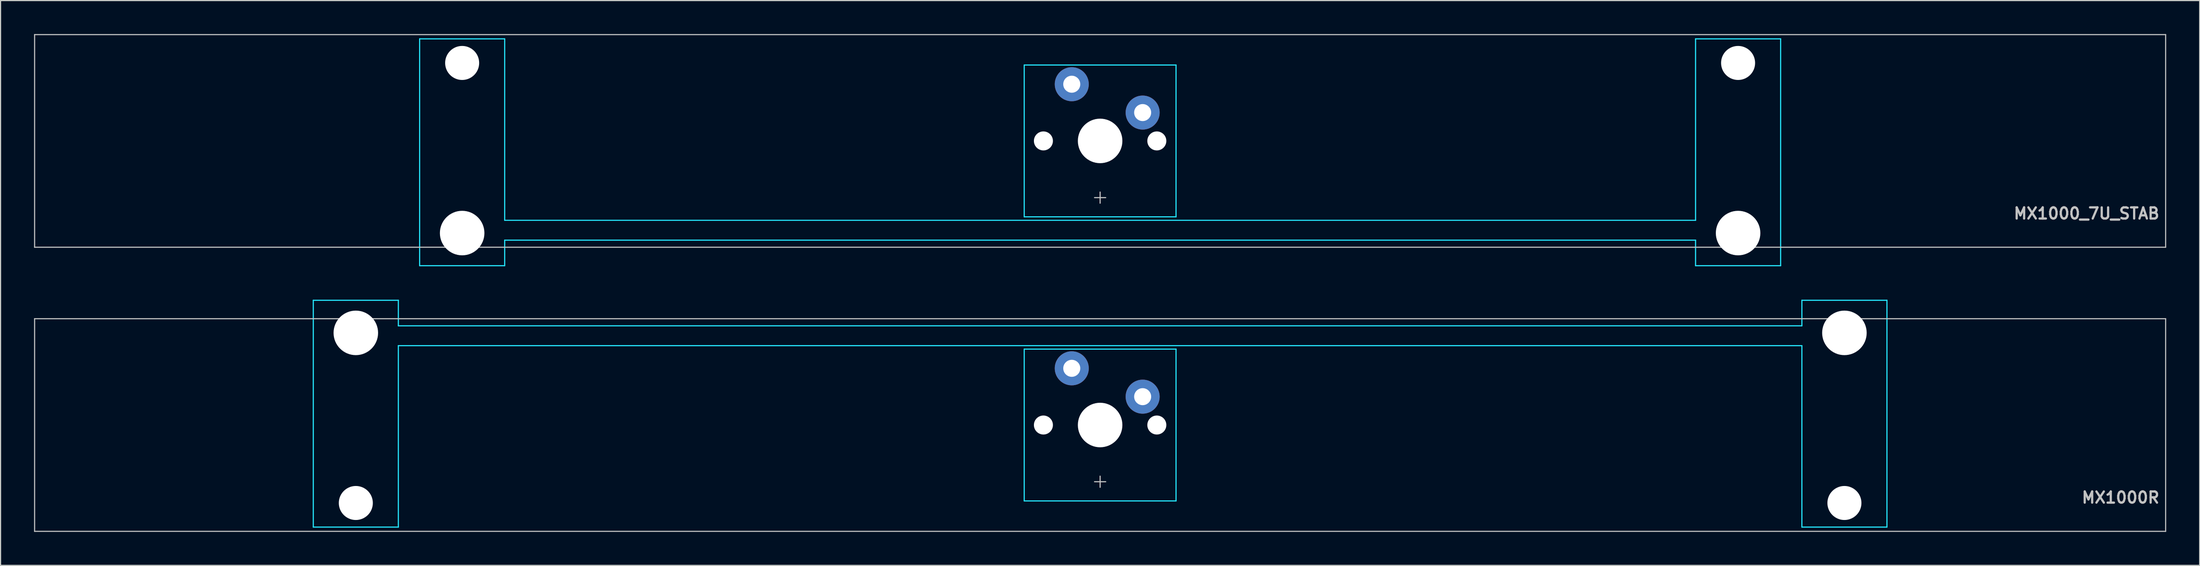
<source format=kicad_pcb>
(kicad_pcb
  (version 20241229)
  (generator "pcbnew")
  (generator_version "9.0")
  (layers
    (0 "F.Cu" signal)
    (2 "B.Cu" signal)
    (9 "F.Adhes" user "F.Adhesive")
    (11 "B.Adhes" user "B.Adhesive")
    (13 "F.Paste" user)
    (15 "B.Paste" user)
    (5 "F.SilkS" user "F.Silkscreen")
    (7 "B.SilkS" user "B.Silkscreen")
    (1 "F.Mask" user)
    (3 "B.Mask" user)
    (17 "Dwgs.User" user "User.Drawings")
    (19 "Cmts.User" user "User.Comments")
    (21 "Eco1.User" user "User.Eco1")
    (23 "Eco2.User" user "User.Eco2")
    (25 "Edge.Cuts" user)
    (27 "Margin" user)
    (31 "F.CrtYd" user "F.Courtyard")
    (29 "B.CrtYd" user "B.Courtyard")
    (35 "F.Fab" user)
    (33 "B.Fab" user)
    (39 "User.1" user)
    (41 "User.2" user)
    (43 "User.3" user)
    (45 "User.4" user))
  (footprint "MX1000_7U_STAB"
    (layer "F.Cu")
    (at 95.5 9.575)
    (property "Reference" "MX1000_7U_STAB" (at 95 6.5 0) (unlocked yes) (layer "Dwgs.User") (effects (font (size 1 1) (thickness 0.2)) (justify right)))
    (attr smd)
    (fp_line (start -95.45 -9.525) (end -95.45 9.525) (stroke (width 0.1) (type solid)) (layer "Dwgs.User"))
    (fp_line (start -95.45 -9.525) (end 95.45 -9.525) (stroke (width 0.1) (type solid)) (layer "Dwgs.User"))
    (fp_line (start -95.45 9.525) (end 95.45 9.525) (stroke (width 0.1) (type solid)) (layer "Dwgs.User"))
    (fp_line (start -0.5 5.08) (end 0.5 5.08) (stroke (width 0.1) (type solid)) (layer "Dwgs.User"))
    (fp_line (start 0 5.58) (end 0 4.58) (stroke (width 0.1) (type solid)) (layer "Dwgs.User"))
    (fp_line (start 95.45 -9.525) (end 95.45 9.525) (stroke (width 0.1) (type solid)) (layer "Dwgs.User"))
    (fp_line (start -60.65 -5.485) (end -60.65 8.515) (stroke (width 0.1) (type solid)) (layer "Eco1.User"))
    (fp_line (start -60.15 -5.985) (end -54.15 -5.985) (stroke (width 0.1) (type solid)) (layer "Eco1.User"))
    (fp_line (start -54.15 9.015) (end -60.15 9.015) (stroke (width 0.1) (type solid)) (layer "Eco1.User"))
    (fp_line (start -53.65 8.515) (end -53.65 -5.485) (stroke (width 0.1) (type solid)) (layer "Eco1.User"))
    (fp_line (start -7 -6.5) (end -7 6.5) (stroke (width 0.1) (type solid)) (layer "Eco1.User"))
    (fp_line (start -6.5 7) (end 6.5 7) (stroke (width 0.1) (type solid)) (layer "Eco1.User"))
    (fp_line (start 6.5 -7) (end -6.5 -7) (stroke (width 0.1) (type solid)) (layer "Eco1.User"))
    (fp_line (start 7 6.5) (end 7 -6.5) (stroke (width 0.1) (type solid)) (layer "Eco1.User"))
    (fp_line (start 53.65 -5.485) (end 53.65 8.515) (stroke (width 0.1) (type solid)) (layer "Eco1.User"))
    (fp_line (start 54.15 -5.985) (end 60.15 -5.985) (stroke (width 0.1) (type solid)) (layer "Eco1.User"))
    (fp_line (start 60.15 9.015) (end 54.15 9.015) (stroke (width 0.1) (type solid)) (layer "Eco1.User"))
    (fp_line (start 60.65 8.515) (end 60.65 -5.485) (stroke (width 0.1) (type solid)) (layer "Eco1.User"))
    (fp_arc (start -60.65 -5.485) (mid -60.503553 -5.838553) (end -60.15 -5.985) (stroke (width 0.1) (type solid)) (layer "Eco1.User"))
    (fp_arc (start -60.15 9.015) (mid -60.503553 8.868553) (end -60.65 8.515) (stroke (width 0.1) (type solid)) (layer "Eco1.User"))
    (fp_arc (start -54.15 -5.985) (mid -53.796447 -5.838553) (end -53.65 -5.485) (stroke (width 0.1) (type solid)) (layer "Eco1.User"))
    (fp_arc (start -53.65 8.515) (mid -53.796447 8.868553) (end -54.15 9.015) (stroke (width 0.1) (type solid)) (layer "Eco1.User"))
    (fp_arc (start -7 -6.5) (mid -6.853553 -6.853553) (end -6.5 -7) (stroke (width 0.1) (type solid)) (layer "Eco1.User"))
    (fp_arc (start -6.5 7) (mid -6.853553 6.853553) (end -7 6.5) (stroke (width 0.1) (type solid)) (layer "Eco1.User"))
    (fp_arc (start 6.5 -7) (mid 6.853553 -6.853553) (end 7 -6.5) (stroke (width 0.1) (type solid)) (layer "Eco1.User"))
    (fp_arc (start 7 6.5) (mid 6.853553 6.853553) (end 6.5 7) (stroke (width 0.1) (type solid)) (layer "Eco1.User"))
    (fp_arc (start 53.65 -5.485) (mid 53.796447 -5.838553) (end 54.15 -5.985) (stroke (width 0.1) (type solid)) (layer "Eco1.User"))
    (fp_arc (start 54.15 9.015) (mid 53.796447 8.868553) (end 53.65 8.515) (stroke (width 0.1) (type solid)) (layer "Eco1.User"))
    (fp_arc (start 60.15 -5.985) (mid 60.503553 -5.838553) (end 60.65 -5.485) (stroke (width 0.1) (type solid)) (layer "Eco1.User"))
    (fp_arc (start 60.65 8.515) (mid 60.503553 8.868553) (end 60.15 9.015) (stroke (width 0.1) (type solid)) (layer "Eco1.User"))
    (fp_line (start -60.96 -9.144) (end -60.96 11.176) (stroke (width 0.1) (type solid)) (layer "B.CrtYd"))
    (fp_line (start -60.96 -9.144) (end -53.34 -9.144) (stroke (width 0.1) (type solid)) (layer "B.CrtYd"))
    (fp_line (start -60.96 11.176) (end -53.34 11.176) (stroke (width 0.1) (type solid)) (layer "B.CrtYd"))
    (fp_line (start -53.34 7.112) (end -53.34 -9.144) (stroke (width 0.1) (type solid)) (layer "B.CrtYd"))
    (fp_line (start -53.34 7.112) (end 53.34 7.112) (stroke (width 0.1) (type solid)) (layer "B.CrtYd"))
    (fp_line (start -53.34 8.89) (end -53.34 11.176) (stroke (width 0.1) (type solid)) (layer "B.CrtYd"))
    (fp_line (start -53.34 8.89) (end 53.34 8.89) (stroke (width 0.1) (type solid)) (layer "B.CrtYd"))
    (fp_line (start -6.8 -6.8) (end -6.8 6.8) (stroke (width 0.1) (type solid)) (layer "B.CrtYd"))
    (fp_line (start -6.8 -6.8) (end 6.8 -6.8) (stroke (width 0.1) (type solid)) (layer "B.CrtYd"))
    (fp_line (start -6.8 6.8) (end 6.8 6.8) (stroke (width 0.1) (type solid)) (layer "B.CrtYd"))
    (fp_line (start 6.8 6.8) (end 6.8 -6.8) (stroke (width 0.1) (type solid)) (layer "B.CrtYd"))
    (fp_line (start 53.34 -9.144) (end 60.96 -9.144) (stroke (width 0.1) (type solid)) (layer "B.CrtYd"))
    (fp_line (start 53.34 7.112) (end 53.34 -9.144) (stroke (width 0.1) (type solid)) (layer "B.CrtYd"))
    (fp_line (start 53.34 8.89) (end 53.34 11.176) (stroke (width 0.1) (type solid)) (layer "B.CrtYd"))
    (fp_line (start 53.34 11.176) (end 60.96 11.176) (stroke (width 0.1) (type solid)) (layer "B.CrtYd"))
    (fp_line (start 60.96 -9.144) (end 60.96 11.176) (stroke (width 0.1) (type solid)) (layer "B.CrtYd"))
    (pad "" np_thru_hole circle (at -57.15 -6.985 180) (size 3.048 3.048) (drill 3.048) (layers "*.Cu" "*.Mask"))
    (pad "" smd circle (at -57.15 -6.985) (size 3.988 3.988) (layers "F.Mask"))
    (pad "" np_thru_hole circle (at -57.15 8.255 180) (size 3.988 3.988) (drill 3.988) (layers "*.Cu" "*.Mask"))
    (pad "" np_thru_hole circle (at -5.08 0) (size 1.702 1.702) (drill 1.702) (layers "*.Cu" "*.Mask"))
    (pad "" np_thru_hole circle (at 0 0) (size 3.988 3.988) (drill 3.988) (layers "*.Cu" "*.Mask"))
    (pad "" np_thru_hole circle (at 5.08 0) (size 1.702 1.702) (drill 1.702) (layers "*.Cu" "*.Mask"))
    (pad "" np_thru_hole circle (at 57.15 -6.985 180) (size 3.048 3.048) (drill 3.048) (layers "*.Cu" "*.Mask"))
    (pad "" smd circle (at 57.15 -6.985) (size 3.988 3.988) (layers "F.Mask"))
    (pad "" np_thru_hole circle (at 57.15 8.255 180) (size 3.988 3.988) (drill 3.988) (layers "*.Cu" "*.Mask"))
    (pad "1" thru_hole circle (at -2.54 -5.08) (size 3.048 3.048) (drill 1.524) (layers "*.Cu" "*.Mask"))
    (pad "2" thru_hole circle (at 3.81 -2.54) (size 3.048 3.048) (drill 1.524) (layers "*.Cu" "*.Mask")))
  (footprint "MX1000R"
    (layer "F.Cu")
    (at 95.5 35.027)
    (property "Reference" "MX1000R" (at 95 6.5 0) (unlocked yes) (layer "Dwgs.User") (effects (font (size 1 1) (thickness 0.2)) (justify right)))
    (attr smd)
    (fp_line (start -95.45 -9.525) (end -95.45 9.525) (stroke (width 0.1) (type solid)) (layer "Dwgs.User"))
    (fp_line (start -95.45 -9.525) (end 95.45 -9.525) (stroke (width 0.1) (type solid)) (layer "Dwgs.User"))
    (fp_line (start -95.45 9.525) (end 95.45 9.525) (stroke (width 0.1) (type solid)) (layer "Dwgs.User"))
    (fp_line (start -0.5 5.08) (end 0.5 5.08) (stroke (width 0.1) (type solid)) (layer "Dwgs.User"))
    (fp_line (start 0 5.58) (end 0 4.58) (stroke (width 0.1) (type solid)) (layer "Dwgs.User"))
    (fp_line (start 95.45 -9.525) (end 95.45 9.525) (stroke (width 0.1) (type solid)) (layer "Dwgs.User"))
    (fp_line (start -70.175 -8.515) (end -70.175 5.485) (stroke (width 0.1) (type solid)) (layer "Eco1.User"))
    (fp_line (start -69.675 -9.015) (end -63.675 -9.015) (stroke (width 0.1) (type solid)) (layer "Eco1.User"))
    (fp_line (start -63.675 5.985) (end -69.675 5.985) (stroke (width 0.1) (type solid)) (layer "Eco1.User"))
    (fp_line (start -63.175 5.485) (end -63.175 -8.515) (stroke (width 0.1) (type solid)) (layer "Eco1.User"))
    (fp_line (start -7 -6.5) (end -7 6.5) (stroke (width 0.1) (type solid)) (layer "Eco1.User"))
    (fp_line (start -6.5 7) (end 6.5 7) (stroke (width 0.1) (type solid)) (layer "Eco1.User"))
    (fp_line (start 6.5 -7) (end -6.5 -7) (stroke (width 0.1) (type solid)) (layer "Eco1.User"))
    (fp_line (start 7 6.5) (end 7 -6.5) (stroke (width 0.1) (type solid)) (layer "Eco1.User"))
    (fp_line (start 63.175 -8.515) (end 63.175 5.485) (stroke (width 0.1) (type solid)) (layer "Eco1.User"))
    (fp_line (start 63.675 -9.015) (end 69.675 -9.015) (stroke (width 0.1) (type solid)) (layer "Eco1.User"))
    (fp_line (start 69.675 5.985) (end 63.675 5.985) (stroke (width 0.1) (type solid)) (layer "Eco1.User"))
    (fp_line (start 70.175 5.485) (end 70.175 -8.515) (stroke (width 0.1) (type solid)) (layer "Eco1.User"))
    (fp_arc (start -70.175 -8.515) (mid -70.028553 -8.868553) (end -69.675 -9.015) (stroke (width 0.1) (type solid)) (layer "Eco1.User"))
    (fp_arc (start -69.675 5.985) (mid -70.028553 5.838553) (end -70.175 5.485) (stroke (width 0.1) (type solid)) (layer "Eco1.User"))
    (fp_arc (start -63.675 -9.015) (mid -63.321447 -8.868553) (end -63.175 -8.515) (stroke (width 0.1) (type solid)) (layer "Eco1.User"))
    (fp_arc (start -63.175 5.485) (mid -63.321447 5.838553) (end -63.675 5.985) (stroke (width 0.1) (type solid)) (layer "Eco1.User"))
    (fp_arc (start -7 -6.5) (mid -6.853553 -6.853553) (end -6.5 -7) (stroke (width 0.1) (type solid)) (layer "Eco1.User"))
    (fp_arc (start -6.5 7) (mid -6.853553 6.853553) (end -7 6.5) (stroke (width 0.1) (type solid)) (layer "Eco1.User"))
    (fp_arc (start 6.5 -7) (mid 6.853553 -6.853553) (end 7 -6.5) (stroke (width 0.1) (type solid)) (layer "Eco1.User"))
    (fp_arc (start 7 6.5) (mid 6.853553 6.853553) (end 6.5 7) (stroke (width 0.1) (type solid)) (layer "Eco1.User"))
    (fp_arc (start 63.175 -8.515) (mid 63.321447 -8.868553) (end 63.675 -9.015) (stroke (width 0.1) (type solid)) (layer "Eco1.User"))
    (fp_arc (start 63.675 5.985) (mid 63.321447 5.838553) (end 63.175 5.485) (stroke (width 0.1) (type solid)) (layer "Eco1.User"))
    (fp_arc (start 69.675 -9.015) (mid 70.028553 -8.868553) (end 70.175 -8.515) (stroke (width 0.1) (type solid)) (layer "Eco1.User"))
    (fp_arc (start 70.175 5.485) (mid 70.028553 5.838553) (end 69.675 5.985) (stroke (width 0.1) (type solid)) (layer "Eco1.User"))
    (fp_line (start -70.485 9.144) (end -70.485 -11.176) (stroke (width 0.1) (type solid)) (layer "B.CrtYd"))
    (fp_line (start -62.865 -11.176) (end -70.485 -11.176) (stroke (width 0.1) (type solid)) (layer "B.CrtYd"))
    (fp_line (start -62.865 -8.89) (end -62.865 -11.176) (stroke (width 0.1) (type solid)) (layer "B.CrtYd"))
    (fp_line (start -62.865 -7.112) (end -62.865 9.144) (stroke (width 0.1) (type solid)) (layer "B.CrtYd"))
    (fp_line (start -62.865 9.144) (end -70.485 9.144) (stroke (width 0.1) (type solid)) (layer "B.CrtYd"))
    (fp_line (start -6.8 -6.8) (end -6.8 6.8) (stroke (width 0.1) (type solid)) (layer "B.CrtYd"))
    (fp_line (start -6.8 -6.8) (end 6.8 -6.8) (stroke (width 0.1) (type solid)) (layer "B.CrtYd"))
    (fp_line (start -6.8 6.8) (end 6.8 6.8) (stroke (width 0.1) (type solid)) (layer "B.CrtYd"))
    (fp_line (start 6.8 6.8) (end 6.8 -6.8) (stroke (width 0.1) (type solid)) (layer "B.CrtYd"))
    (fp_line (start 62.865 -8.89) (end -62.865 -8.89) (stroke (width 0.1) (type solid)) (layer "B.CrtYd"))
    (fp_line (start 62.865 -8.89) (end 62.865 -11.176) (stroke (width 0.1) (type solid)) (layer "B.CrtYd"))
    (fp_line (start 62.865 -7.112) (end -62.865 -7.112) (stroke (width 0.1) (type solid)) (layer "B.CrtYd"))
    (fp_line (start 62.865 -7.112) (end 62.865 9.144) (stroke (width 0.1) (type solid)) (layer "B.CrtYd"))
    (fp_line (start 70.485 -11.176) (end 62.865 -11.176) (stroke (width 0.1) (type solid)) (layer "B.CrtYd"))
    (fp_line (start 70.485 9.144) (end 62.865 9.144) (stroke (width 0.1) (type solid)) (layer "B.CrtYd"))
    (fp_line (start 70.485 9.144) (end 70.485 -11.176) (stroke (width 0.1) (type solid)) (layer "B.CrtYd"))
    (pad "" np_thru_hole circle (at -66.675 -8.255) (size 3.988 3.988) (drill 3.988) (layers "*.Cu" "*.Mask"))
    (pad "" np_thru_hole circle (at -66.675 6.985) (size 3.048 3.048) (drill 3.048) (layers "*.Cu" "*.Mask"))
    (pad "" smd circle (at -66.675 6.985) (size 3.988 3.988) (layers "F.Mask"))
    (pad "" np_thru_hole circle (at -5.08 0) (size 1.702 1.702) (drill 1.702) (layers "*.Cu" "*.Mask"))
    (pad "" np_thru_hole circle (at 0 0 180) (size 3.988 3.988) (drill 3.988) (layers "*.Cu" "*.Mask"))
    (pad "" np_thru_hole circle (at 5.08 0) (size 1.702 1.702) (drill 1.702) (layers "*.Cu" "*.Mask"))
    (pad "" np_thru_hole circle (at 66.675 -8.255) (size 3.988 3.988) (drill 3.988) (layers "*.Cu" "*.Mask"))
    (pad "" np_thru_hole circle (at 66.675 6.985) (size 3.048 3.048) (drill 3.048) (layers "*.Cu" "*.Mask"))
    (pad "" smd circle (at 66.675 6.985) (size 3.988 3.988) (layers "F.Mask"))
    (pad "1" thru_hole circle (at -2.54 -5.08) (size 3.048 3.048) (drill 1.524) (layers "*.Cu" "*.Mask"))
    (pad "2" thru_hole circle (at 3.81 -2.54) (size 3.048 3.048) (drill 1.524) (layers "*.Cu" "*.Mask")))
  (gr_rect
    (start -3 -3)
    (end 194 47.602)
    (stroke (width 0.1) (type default))
    (fill no)
    (layer "Edge.Cuts")))
</source>
